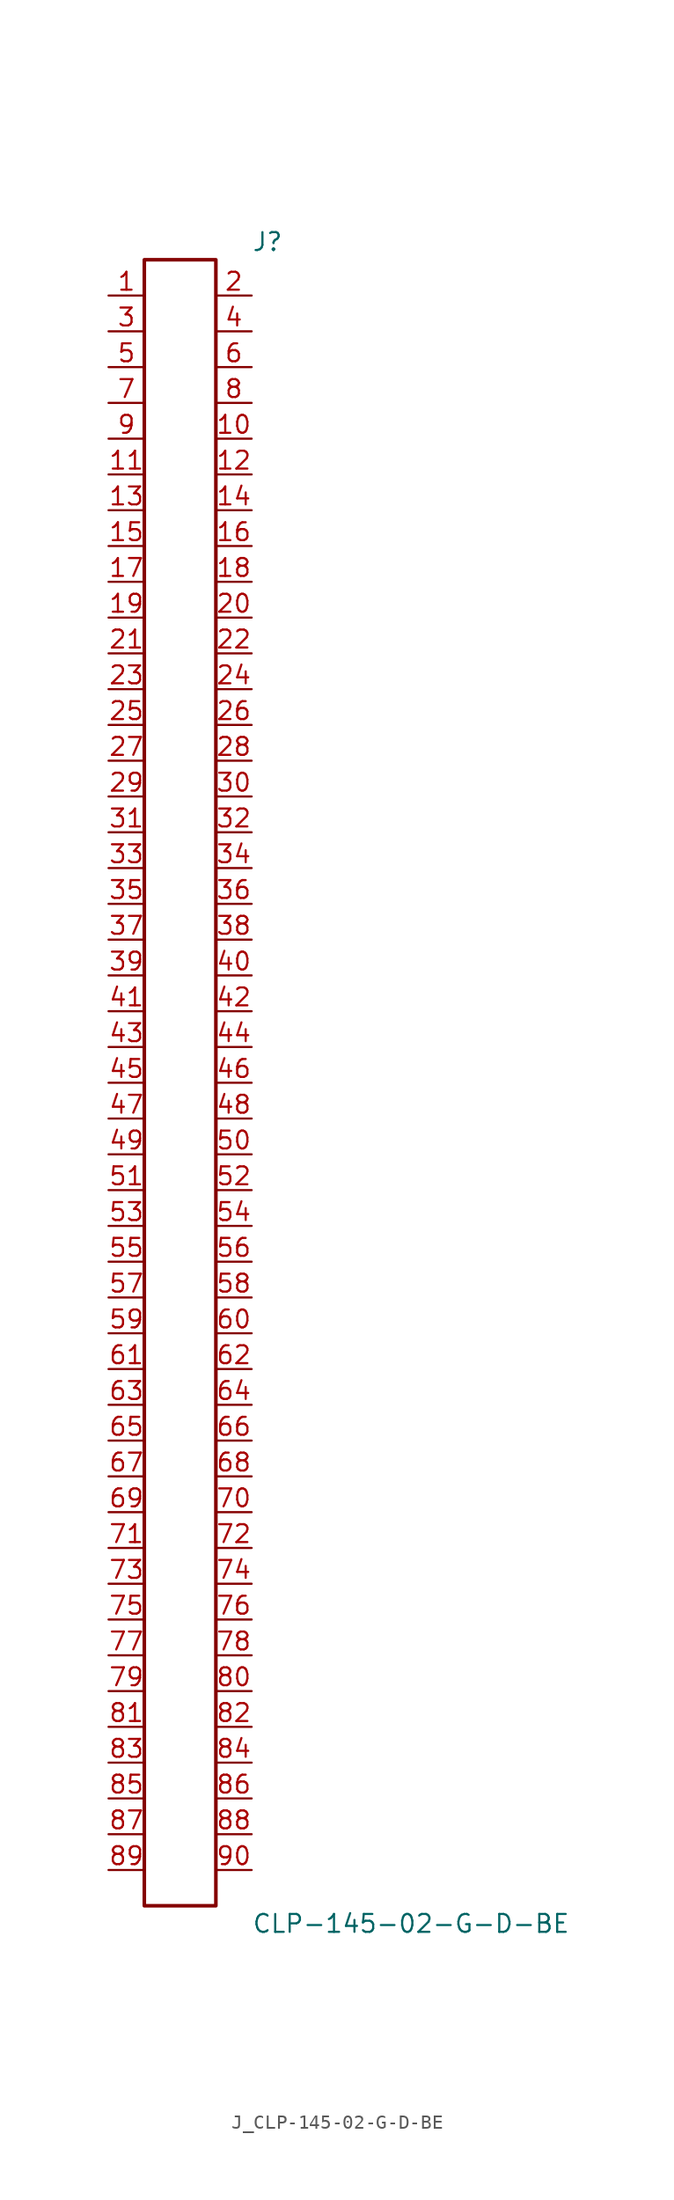
<source format=kicad_sym>
(kicad_symbol_lib
  (version 20231120)
  (generator kicad_symbol_editor)
  (generator_version 8.0)
  (symbol "J_CLP-145-02-G-D-BE"
    (pin_names
      (offset 0.254))
    (property "Reference" "J"
      (at 5.08 59.69 0)
      (effects (font (size 1.27 1.27)) (justify left)))
    (property "Value" "CLP-145-02-G-D-BE"
      (at 5.08 -59.69 0)
      (effects (font (size 1.27 1.27)) (justify left)))
    (symbol "J_CLP-145-02-G-D-BE_0_0"
      (pin passive line (at -5.08 55.88 0) (length 2.54) (name "" (effects (font (size 1.27 1.27)))) (number "1" (effects (font (size 1.27 1.27)))))
      (pin passive line (at 5.08 55.88 180) (length 2.54) (name "" (effects (font (size 1.27 1.27)))) (number "2" (effects (font (size 1.27 1.27)))))
      (pin passive line (at -5.08 53.34 0) (length 2.54) (name "" (effects (font (size 1.27 1.27)))) (number "3" (effects (font (size 1.27 1.27)))))
      (pin passive line (at 5.08 53.34 180) (length 2.54) (name "" (effects (font (size 1.27 1.27)))) (number "4" (effects (font (size 1.27 1.27)))))
      (pin passive line (at -5.08 50.8 0) (length 2.54) (name "" (effects (font (size 1.27 1.27)))) (number "5" (effects (font (size 1.27 1.27)))))
      (pin passive line (at 5.08 50.8 180) (length 2.54) (name "" (effects (font (size 1.27 1.27)))) (number "6" (effects (font (size 1.27 1.27)))))
      (pin passive line (at -5.08 48.26 0) (length 2.54) (name "" (effects (font (size 1.27 1.27)))) (number "7" (effects (font (size 1.27 1.27)))))
      (pin passive line (at 5.08 48.26 180) (length 2.54) (name "" (effects (font (size 1.27 1.27)))) (number "8" (effects (font (size 1.27 1.27)))))
      (pin passive line (at -5.08 45.72 0) (length 2.54) (name "" (effects (font (size 1.27 1.27)))) (number "9" (effects (font (size 1.27 1.27)))))
      (pin passive line (at 5.08 45.72 180) (length 2.54) (name "" (effects (font (size 1.27 1.27)))) (number "10" (effects (font (size 1.27 1.27)))))
      (pin passive line (at -5.08 43.18 0) (length 2.54) (name "" (effects (font (size 1.27 1.27)))) (number "11" (effects (font (size 1.27 1.27)))))
      (pin passive line (at 5.08 43.18 180) (length 2.54) (name "" (effects (font (size 1.27 1.27)))) (number "12" (effects (font (size 1.27 1.27)))))
      (pin passive line (at -5.08 40.64 0) (length 2.54) (name "" (effects (font (size 1.27 1.27)))) (number "13" (effects (font (size 1.27 1.27)))))
      (pin passive line (at 5.08 40.64 180) (length 2.54) (name "" (effects (font (size 1.27 1.27)))) (number "14" (effects (font (size 1.27 1.27)))))
      (pin passive line (at -5.08 38.1 0) (length 2.54) (name "" (effects (font (size 1.27 1.27)))) (number "15" (effects (font (size 1.27 1.27)))))
      (pin passive line (at 5.08 38.1 180) (length 2.54) (name "" (effects (font (size 1.27 1.27)))) (number "16" (effects (font (size 1.27 1.27)))))
      (pin passive line (at -5.08 35.56 0) (length 2.54) (name "" (effects (font (size 1.27 1.27)))) (number "17" (effects (font (size 1.27 1.27)))))
      (pin passive line (at 5.08 35.56 180) (length 2.54) (name "" (effects (font (size 1.27 1.27)))) (number "18" (effects (font (size 1.27 1.27)))))
      (pin passive line (at -5.08 33.02 0) (length 2.54) (name "" (effects (font (size 1.27 1.27)))) (number "19" (effects (font (size 1.27 1.27)))))
      (pin passive line (at 5.08 33.02 180) (length 2.54) (name "" (effects (font (size 1.27 1.27)))) (number "20" (effects (font (size 1.27 1.27)))))
      (pin passive line (at -5.08 30.48 0) (length 2.54) (name "" (effects (font (size 1.27 1.27)))) (number "21" (effects (font (size 1.27 1.27)))))
      (pin passive line (at 5.08 30.48 180) (length 2.54) (name "" (effects (font (size 1.27 1.27)))) (number "22" (effects (font (size 1.27 1.27)))))
      (pin passive line (at -5.08 27.94 0) (length 2.54) (name "" (effects (font (size 1.27 1.27)))) (number "23" (effects (font (size 1.27 1.27)))))
      (pin passive line (at 5.08 27.94 180) (length 2.54) (name "" (effects (font (size 1.27 1.27)))) (number "24" (effects (font (size 1.27 1.27)))))
      (pin passive line (at -5.08 25.4 0) (length 2.54) (name "" (effects (font (size 1.27 1.27)))) (number "25" (effects (font (size 1.27 1.27)))))
      (pin passive line (at 5.08 25.4 180) (length 2.54) (name "" (effects (font (size 1.27 1.27)))) (number "26" (effects (font (size 1.27 1.27)))))
      (pin passive line (at -5.08 22.86 0) (length 2.54) (name "" (effects (font (size 1.27 1.27)))) (number "27" (effects (font (size 1.27 1.27)))))
      (pin passive line (at 5.08 22.86 180) (length 2.54) (name "" (effects (font (size 1.27 1.27)))) (number "28" (effects (font (size 1.27 1.27)))))
      (pin passive line (at -5.08 20.32 0) (length 2.54) (name "" (effects (font (size 1.27 1.27)))) (number "29" (effects (font (size 1.27 1.27)))))
      (pin passive line (at 5.08 20.32 180) (length 2.54) (name "" (effects (font (size 1.27 1.27)))) (number "30" (effects (font (size 1.27 1.27)))))
      (pin passive line (at -5.08 17.78 0) (length 2.54) (name "" (effects (font (size 1.27 1.27)))) (number "31" (effects (font (size 1.27 1.27)))))
      (pin passive line (at 5.08 17.78 180) (length 2.54) (name "" (effects (font (size 1.27 1.27)))) (number "32" (effects (font (size 1.27 1.27)))))
      (pin passive line (at -5.08 15.24 0) (length 2.54) (name "" (effects (font (size 1.27 1.27)))) (number "33" (effects (font (size 1.27 1.27)))))
      (pin passive line (at 5.08 15.24 180) (length 2.54) (name "" (effects (font (size 1.27 1.27)))) (number "34" (effects (font (size 1.27 1.27)))))
      (pin passive line (at -5.08 12.7 0) (length 2.54) (name "" (effects (font (size 1.27 1.27)))) (number "35" (effects (font (size 1.27 1.27)))))
      (pin passive line (at 5.08 12.7 180) (length 2.54) (name "" (effects (font (size 1.27 1.27)))) (number "36" (effects (font (size 1.27 1.27)))))
      (pin passive line (at -5.08 10.16 0) (length 2.54) (name "" (effects (font (size 1.27 1.27)))) (number "37" (effects (font (size 1.27 1.27)))))
      (pin passive line (at 5.08 10.16 180) (length 2.54) (name "" (effects (font (size 1.27 1.27)))) (number "38" (effects (font (size 1.27 1.27)))))
      (pin passive line (at -5.08 7.62 0) (length 2.54) (name "" (effects (font (size 1.27 1.27)))) (number "39" (effects (font (size 1.27 1.27)))))
      (pin passive line (at 5.08 7.62 180) (length 2.54) (name "" (effects (font (size 1.27 1.27)))) (number "40" (effects (font (size 1.27 1.27)))))
      (pin passive line (at -5.08 5.08 0) (length 2.54) (name "" (effects (font (size 1.27 1.27)))) (number "41" (effects (font (size 1.27 1.27)))))
      (pin passive line (at 5.08 5.08 180) (length 2.54) (name "" (effects (font (size 1.27 1.27)))) (number "42" (effects (font (size 1.27 1.27)))))
      (pin passive line (at -5.08 2.54 0) (length 2.54) (name "" (effects (font (size 1.27 1.27)))) (number "43" (effects (font (size 1.27 1.27)))))
      (pin passive line (at 5.08 2.54 180) (length 2.54) (name "" (effects (font (size 1.27 1.27)))) (number "44" (effects (font (size 1.27 1.27)))))
      (pin passive line (at -5.08 0.0 0) (length 2.54) (name "" (effects (font (size 1.27 1.27)))) (number "45" (effects (font (size 1.27 1.27)))))
      (pin passive line (at 5.08 0.0 180) (length 2.54) (name "" (effects (font (size 1.27 1.27)))) (number "46" (effects (font (size 1.27 1.27)))))
      (pin passive line (at -5.08 -2.54 0) (length 2.54) (name "" (effects (font (size 1.27 1.27)))) (number "47" (effects (font (size 1.27 1.27)))))
      (pin passive line (at 5.08 -2.54 180) (length 2.54) (name "" (effects (font (size 1.27 1.27)))) (number "48" (effects (font (size 1.27 1.27)))))
      (pin passive line (at -5.08 -5.08 0) (length 2.54) (name "" (effects (font (size 1.27 1.27)))) (number "49" (effects (font (size 1.27 1.27)))))
      (pin passive line (at 5.08 -5.08 180) (length 2.54) (name "" (effects (font (size 1.27 1.27)))) (number "50" (effects (font (size 1.27 1.27)))))
      (pin passive line (at -5.08 -7.62 0) (length 2.54) (name "" (effects (font (size 1.27 1.27)))) (number "51" (effects (font (size 1.27 1.27)))))
      (pin passive line (at 5.08 -7.62 180) (length 2.54) (name "" (effects (font (size 1.27 1.27)))) (number "52" (effects (font (size 1.27 1.27)))))
      (pin passive line (at -5.08 -10.16 0) (length 2.54) (name "" (effects (font (size 1.27 1.27)))) (number "53" (effects (font (size 1.27 1.27)))))
      (pin passive line (at 5.08 -10.16 180) (length 2.54) (name "" (effects (font (size 1.27 1.27)))) (number "54" (effects (font (size 1.27 1.27)))))
      (pin passive line (at -5.08 -12.7 0) (length 2.54) (name "" (effects (font (size 1.27 1.27)))) (number "55" (effects (font (size 1.27 1.27)))))
      (pin passive line (at 5.08 -12.7 180) (length 2.54) (name "" (effects (font (size 1.27 1.27)))) (number "56" (effects (font (size 1.27 1.27)))))
      (pin passive line (at -5.08 -15.24 0) (length 2.54) (name "" (effects (font (size 1.27 1.27)))) (number "57" (effects (font (size 1.27 1.27)))))
      (pin passive line (at 5.08 -15.24 180) (length 2.54) (name "" (effects (font (size 1.27 1.27)))) (number "58" (effects (font (size 1.27 1.27)))))
      (pin passive line (at -5.08 -17.78 0) (length 2.54) (name "" (effects (font (size 1.27 1.27)))) (number "59" (effects (font (size 1.27 1.27)))))
      (pin passive line (at 5.08 -17.78 180) (length 2.54) (name "" (effects (font (size 1.27 1.27)))) (number "60" (effects (font (size 1.27 1.27)))))
      (pin passive line (at -5.08 -20.32 0) (length 2.54) (name "" (effects (font (size 1.27 1.27)))) (number "61" (effects (font (size 1.27 1.27)))))
      (pin passive line (at 5.08 -20.32 180) (length 2.54) (name "" (effects (font (size 1.27 1.27)))) (number "62" (effects (font (size 1.27 1.27)))))
      (pin passive line (at -5.08 -22.86 0) (length 2.54) (name "" (effects (font (size 1.27 1.27)))) (number "63" (effects (font (size 1.27 1.27)))))
      (pin passive line (at 5.08 -22.86 180) (length 2.54) (name "" (effects (font (size 1.27 1.27)))) (number "64" (effects (font (size 1.27 1.27)))))
      (pin passive line (at -5.08 -25.4 0) (length 2.54) (name "" (effects (font (size 1.27 1.27)))) (number "65" (effects (font (size 1.27 1.27)))))
      (pin passive line (at 5.08 -25.4 180) (length 2.54) (name "" (effects (font (size 1.27 1.27)))) (number "66" (effects (font (size 1.27 1.27)))))
      (pin passive line (at -5.08 -27.94 0) (length 2.54) (name "" (effects (font (size 1.27 1.27)))) (number "67" (effects (font (size 1.27 1.27)))))
      (pin passive line (at 5.08 -27.94 180) (length 2.54) (name "" (effects (font (size 1.27 1.27)))) (number "68" (effects (font (size 1.27 1.27)))))
      (pin passive line (at -5.08 -30.48 0) (length 2.54) (name "" (effects (font (size 1.27 1.27)))) (number "69" (effects (font (size 1.27 1.27)))))
      (pin passive line (at 5.08 -30.48 180) (length 2.54) (name "" (effects (font (size 1.27 1.27)))) (number "70" (effects (font (size 1.27 1.27)))))
      (pin passive line (at -5.08 -33.02 0) (length 2.54) (name "" (effects (font (size 1.27 1.27)))) (number "71" (effects (font (size 1.27 1.27)))))
      (pin passive line (at 5.08 -33.02 180) (length 2.54) (name "" (effects (font (size 1.27 1.27)))) (number "72" (effects (font (size 1.27 1.27)))))
      (pin passive line (at -5.08 -35.56 0) (length 2.54) (name "" (effects (font (size 1.27 1.27)))) (number "73" (effects (font (size 1.27 1.27)))))
      (pin passive line (at 5.08 -35.56 180) (length 2.54) (name "" (effects (font (size 1.27 1.27)))) (number "74" (effects (font (size 1.27 1.27)))))
      (pin passive line (at -5.08 -38.1 0) (length 2.54) (name "" (effects (font (size 1.27 1.27)))) (number "75" (effects (font (size 1.27 1.27)))))
      (pin passive line (at 5.08 -38.1 180) (length 2.54) (name "" (effects (font (size 1.27 1.27)))) (number "76" (effects (font (size 1.27 1.27)))))
      (pin passive line (at -5.08 -40.64 0) (length 2.54) (name "" (effects (font (size 1.27 1.27)))) (number "77" (effects (font (size 1.27 1.27)))))
      (pin passive line (at 5.08 -40.64 180) (length 2.54) (name "" (effects (font (size 1.27 1.27)))) (number "78" (effects (font (size 1.27 1.27)))))
      (pin passive line (at -5.08 -43.18 0) (length 2.54) (name "" (effects (font (size 1.27 1.27)))) (number "79" (effects (font (size 1.27 1.27)))))
      (pin passive line (at 5.08 -43.18 180) (length 2.54) (name "" (effects (font (size 1.27 1.27)))) (number "80" (effects (font (size 1.27 1.27)))))
      (pin passive line (at -5.08 -45.72 0) (length 2.54) (name "" (effects (font (size 1.27 1.27)))) (number "81" (effects (font (size 1.27 1.27)))))
      (pin passive line (at 5.08 -45.72 180) (length 2.54) (name "" (effects (font (size 1.27 1.27)))) (number "82" (effects (font (size 1.27 1.27)))))
      (pin passive line (at -5.08 -48.26 0) (length 2.54) (name "" (effects (font (size 1.27 1.27)))) (number "83" (effects (font (size 1.27 1.27)))))
      (pin passive line (at 5.08 -48.26 180) (length 2.54) (name "" (effects (font (size 1.27 1.27)))) (number "84" (effects (font (size 1.27 1.27)))))
      (pin passive line (at -5.08 -50.8 0) (length 2.54) (name "" (effects (font (size 1.27 1.27)))) (number "85" (effects (font (size 1.27 1.27)))))
      (pin passive line (at 5.08 -50.8 180) (length 2.54) (name "" (effects (font (size 1.27 1.27)))) (number "86" (effects (font (size 1.27 1.27)))))
      (pin passive line (at -5.08 -53.34 0) (length 2.54) (name "" (effects (font (size 1.27 1.27)))) (number "87" (effects (font (size 1.27 1.27)))))
      (pin passive line (at 5.08 -53.34 180) (length 2.54) (name "" (effects (font (size 1.27 1.27)))) (number "88" (effects (font (size 1.27 1.27)))))
      (pin passive line (at -5.08 -55.88 0) (length 2.54) (name "" (effects (font (size 1.27 1.27)))) (number "89" (effects (font (size 1.27 1.27)))))
      (pin passive line (at 5.08 -55.88 180) (length 2.54) (name "" (effects (font (size 1.27 1.27)))) (number "90" (effects (font (size 1.27 1.27))))))
    (symbol "J_CLP-145-02-G-D-BE_1_0"
      (rectangle (start -2.54 58.42) (end 2.54 -58.42) (stroke (width 0.254) (type solid)) (fill (type none))))))
</source>
